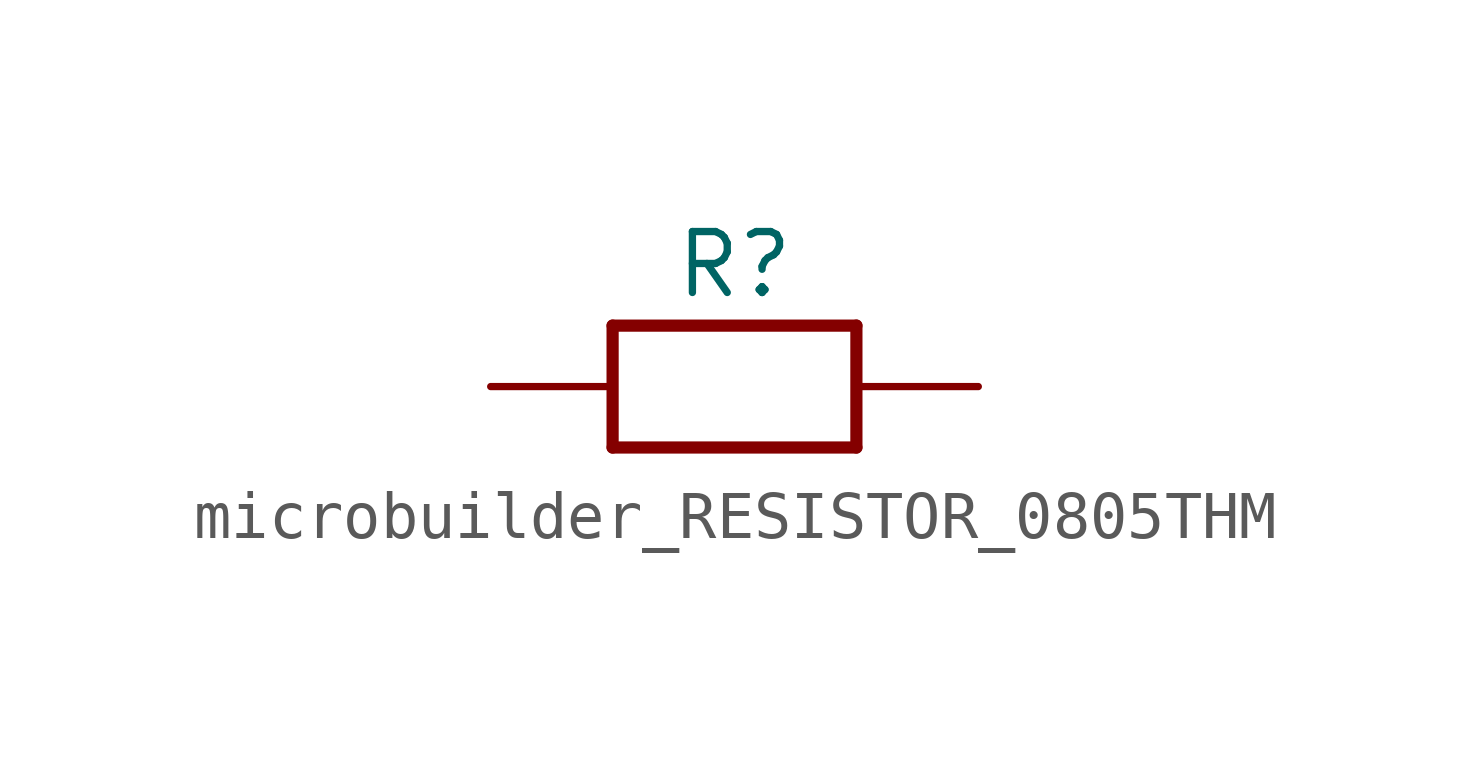
<source format=kicad_sym>
(kicad_symbol_lib
  (version 20231120)
  (generator "kicad_symbol_editor")
  (generator_version "8.0")
  (symbol "microbuilder_RESISTOR_0805THM"
    (property "Reference" "R"
      (at 0 2.54 0)
      (effects (font (size 1.27 1.27))))
    (property "Value" ""
      (at 0 0 0)
      (effects (font (size 1.016 1.016) (thickness 0.203) (bold yes))))
    (property "ki_locked" ""
      (at 0 0 0)
      (effects (font (size 1.27 1.27))))
    (symbol "microbuilder_RESISTOR_0805THM_1_0"
      (polyline (pts (xy -2.54 -1.27) (xy -2.54 1.27)) (stroke (width 0.254) (type solid)) (fill (type none)))
      (polyline (pts (xy -2.54 1.27) (xy 2.54 1.27)) (stroke (width 0.254) (type solid)) (fill (type none)))
      (polyline (pts (xy 2.54 -1.27) (xy -2.54 -1.27)) (stroke (width 0.254) (type solid)) (fill (type none)))
      (polyline (pts (xy 2.54 1.27) (xy 2.54 -1.27)) (stroke (width 0.254) (type solid)) (fill (type none)))
      (pin passive line (at -5.08 0 0) (length 2.54) (name "1" (effects (font (size 0 0)))) (number "1" (effects (font (size 0 0)))))
      (pin passive line (at 5.08 0 180) (length 2.54) (name "2" (effects (font (size 0 0)))) (number "2" (effects (font (size 0 0))))))))
</source>
